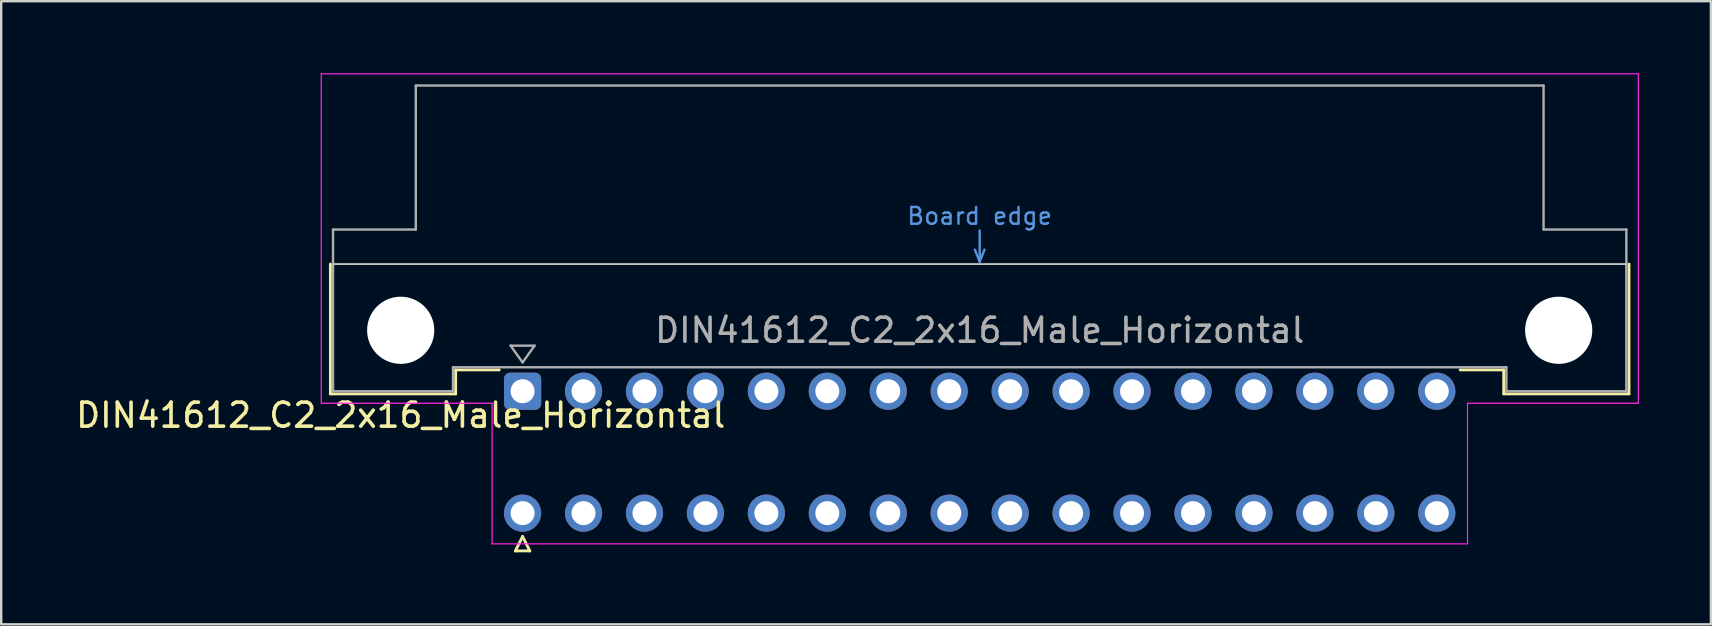
<source format=kicad_pcb>
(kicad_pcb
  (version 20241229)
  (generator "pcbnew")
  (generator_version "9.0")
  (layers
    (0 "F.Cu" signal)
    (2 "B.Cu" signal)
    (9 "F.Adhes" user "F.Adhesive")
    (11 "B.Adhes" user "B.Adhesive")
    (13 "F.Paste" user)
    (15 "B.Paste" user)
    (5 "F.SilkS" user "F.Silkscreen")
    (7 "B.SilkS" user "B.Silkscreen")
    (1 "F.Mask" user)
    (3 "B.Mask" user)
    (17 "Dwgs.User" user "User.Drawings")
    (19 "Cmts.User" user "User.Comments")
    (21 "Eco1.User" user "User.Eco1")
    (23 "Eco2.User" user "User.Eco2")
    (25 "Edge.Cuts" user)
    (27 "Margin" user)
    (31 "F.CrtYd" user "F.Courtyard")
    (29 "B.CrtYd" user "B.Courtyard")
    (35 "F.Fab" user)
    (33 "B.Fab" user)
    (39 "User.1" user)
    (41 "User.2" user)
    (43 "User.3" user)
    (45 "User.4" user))
  (footprint "DIN41612_C2_2x16_Male_Horizontal"
    (layer "F.Cu")
    (at 18.729 13.255)
    (property "Reference" "DIN41612_C2_2x16_Male_Horizontal" (at -5.08 1 0) (layer "F.SilkS") (effects (font (size 1 1) (thickness 0.15))))
    (attr through_hole)
    (fp_line (start -8.01 -5.3) (end -8.01 0.11) (stroke (width 0.12) (type solid)) (layer "F.SilkS"))
    (fp_line (start -8.01 0.11) (end -2.79 0.11) (stroke (width 0.12) (type solid)) (layer "F.SilkS"))
    (fp_line (start -2.79 -0.89) (end -0.975 -0.89) (stroke (width 0.12) (type solid)) (layer "F.SilkS"))
    (fp_line (start -2.79 0.11) (end -2.79 -0.89) (stroke (width 0.12) (type solid)) (layer "F.SilkS"))
    (fp_line (start -0.3 6.655) (end 0.3 6.655) (stroke (width 0.12) (type solid)) (layer "F.SilkS"))
    (fp_line (start 0 6.055) (end -0.3 6.655) (stroke (width 0.12) (type solid)) (layer "F.SilkS"))
    (fp_line (start 0.3 6.655) (end 0 6.055) (stroke (width 0.12) (type solid)) (layer "F.SilkS"))
    (fp_line (start 40.89 -0.89) (end 39.075 -0.89) (stroke (width 0.12) (type solid)) (layer "F.SilkS"))
    (fp_line (start 40.89 0.11) (end 40.89 -0.89) (stroke (width 0.12) (type solid)) (layer "F.SilkS"))
    (fp_line (start 46.11 -5.3) (end 46.11 0.11) (stroke (width 0.12) (type solid)) (layer "F.SilkS"))
    (fp_line (start 46.11 0.11) (end 40.89 0.11) (stroke (width 0.12) (type solid)) (layer "F.SilkS"))
    (fp_line (start -7.9 -5.3) (end 46 -5.3) (stroke (width 0.08) (type solid)) (layer "Dwgs.User"))
    (fp_line (start 18.85 -5.9) (end 19.05 -5.4) (stroke (width 0.1) (type solid)) (layer "Cmts.User"))
    (fp_line (start 19.05 -5.4) (end 19.05 -6.7) (stroke (width 0.1) (type solid)) (layer "Cmts.User"))
    (fp_line (start 19.05 -5.4) (end 19.25 -5.9) (stroke (width 0.1) (type solid)) (layer "Cmts.User"))
    (fp_line (start -8.39 -13.23) (end -8.39 0.5) (stroke (width 0.05) (type solid)) (layer "F.CrtYd"))
    (fp_line (start -8.39 0.5) (end -1.27 0.5) (stroke (width 0.05) (type solid)) (layer "F.CrtYd"))
    (fp_line (start -1.27 0.5) (end -1.27 6.36) (stroke (width 0.05) (type solid)) (layer "F.CrtYd"))
    (fp_line (start -1.27 6.36) (end 39.38 6.36) (stroke (width 0.05) (type solid)) (layer "F.CrtYd"))
    (fp_line (start 39.38 0.5) (end 46.5 0.5) (stroke (width 0.05) (type solid)) (layer "F.CrtYd"))
    (fp_line (start 39.38 6.36) (end 39.38 0.5) (stroke (width 0.05) (type solid)) (layer "F.CrtYd"))
    (fp_line (start 46.5 -13.23) (end -8.39 -13.23) (stroke (width 0.05) (type solid)) (layer "F.CrtYd"))
    (fp_line (start 46.5 0.5) (end 46.5 -13.23) (stroke (width 0.05) (type solid)) (layer "F.CrtYd"))
    (fp_line (start -7.9 -6.74) (end -7.9 0) (stroke (width 0.1) (type solid)) (layer "F.Fab"))
    (fp_line (start -7.9 0) (end -2.9 0) (stroke (width 0.1) (type solid)) (layer "F.Fab"))
    (fp_line (start -4.45 -12.74) (end -4.45 -6.74) (stroke (width 0.1) (type solid)) (layer "F.Fab"))
    (fp_line (start -4.45 -6.74) (end -7.9 -6.74) (stroke (width 0.1) (type solid)) (layer "F.Fab"))
    (fp_line (start -2.9 -1) (end 41 -1) (stroke (width 0.1) (type solid)) (layer "F.Fab"))
    (fp_line (start -2.9 0) (end -2.9 -1) (stroke (width 0.1) (type solid)) (layer "F.Fab"))
    (fp_line (start -0.5 -1.9) (end 0.5 -1.9) (stroke (width 0.1) (type solid)) (layer "F.Fab"))
    (fp_line (start 0 -1.2) (end -0.5 -1.9) (stroke (width 0.1) (type solid)) (layer "F.Fab"))
    (fp_line (start 0.5 -1.9) (end 0 -1.2) (stroke (width 0.1) (type solid)) (layer "F.Fab"))
    (fp_line (start 41 -1) (end 41 0) (stroke (width 0.1) (type solid)) (layer "F.Fab"))
    (fp_line (start 41 0) (end 46 0) (stroke (width 0.1) (type solid)) (layer "F.Fab"))
    (fp_line (start 42.55 -12.74) (end -4.45 -12.74) (stroke (width 0.1) (type solid)) (layer "F.Fab"))
    (fp_line (start 42.55 -6.74) (end 42.55 -12.74) (stroke (width 0.1) (type solid)) (layer "F.Fab"))
    (fp_line (start 46 -6.74) (end 42.55 -6.74) (stroke (width 0.1) (type solid)) (layer "F.Fab"))
    (fp_line (start 46 0) (end 46 -6.74) (stroke (width 0.1) (type solid)) (layer "F.Fab"))
    (fp_text user "Board edge" (at 19.05 -7.3 0) (layer "Cmts.User") (effects (font (size 0.7 0.7) (thickness 0.1))))
    (fp_text user "${REFERENCE}" (at 19.05 -2.54 0) (layer "F.Fab") (effects (font (size 1 1) (thickness 0.15))))
    (pad "" np_thru_hole circle (at -5.08 -2.54) (size 2.8 2.8) (drill 2.8) (layers "*.Cu" "*.Mask"))
    (pad "" np_thru_hole circle (at 43.18 -2.54) (size 2.8 2.8) (drill 2.8) (layers "*.Cu" "*.Mask"))
    (pad "a1" thru_hole roundrect (at 0 0) (size 1.55 1.55) (drill 1) (layers "*.Cu" "*.Mask") (roundrect_rratio 0.161))
    (pad "a2" thru_hole circle (at 2.54 0) (size 1.55 1.55) (drill 1) (layers "*.Cu" "*.Mask"))
    (pad "a3" thru_hole circle (at 5.08 0) (size 1.55 1.55) (drill 1) (layers "*.Cu" "*.Mask"))
    (pad "a4" thru_hole circle (at 7.62 0) (size 1.55 1.55) (drill 1) (layers "*.Cu" "*.Mask"))
    (pad "a5" thru_hole circle (at 10.16 0) (size 1.55 1.55) (drill 1) (layers "*.Cu" "*.Mask"))
    (pad "a6" thru_hole circle (at 12.7 0) (size 1.55 1.55) (drill 1) (layers "*.Cu" "*.Mask"))
    (pad "a7" thru_hole circle (at 15.24 0) (size 1.55 1.55) (drill 1) (layers "*.Cu" "*.Mask"))
    (pad "a8" thru_hole circle (at 17.78 0) (size 1.55 1.55) (drill 1) (layers "*.Cu" "*.Mask"))
    (pad "a9" thru_hole circle (at 20.32 0) (size 1.55 1.55) (drill 1) (layers "*.Cu" "*.Mask"))
    (pad "a10" thru_hole circle (at 22.86 0) (size 1.55 1.55) (drill 1) (layers "*.Cu" "*.Mask"))
    (pad "a11" thru_hole circle (at 25.4 0) (size 1.55 1.55) (drill 1) (layers "*.Cu" "*.Mask"))
    (pad "a12" thru_hole circle (at 27.94 0) (size 1.55 1.55) (drill 1) (layers "*.Cu" "*.Mask"))
    (pad "a13" thru_hole circle (at 30.48 0) (size 1.55 1.55) (drill 1) (layers "*.Cu" "*.Mask"))
    (pad "a14" thru_hole circle (at 33.02 0) (size 1.55 1.55) (drill 1) (layers "*.Cu" "*.Mask"))
    (pad "a15" thru_hole circle (at 35.56 0) (size 1.55 1.55) (drill 1) (layers "*.Cu" "*.Mask"))
    (pad "a16" thru_hole circle (at 38.1 0) (size 1.55 1.55) (drill 1) (layers "*.Cu" "*.Mask"))
    (pad "c1" thru_hole circle (at 0 5.08) (size 1.55 1.55) (drill 1) (layers "*.Cu" "*.Mask"))
    (pad "c2" thru_hole circle (at 2.54 5.08) (size 1.55 1.55) (drill 1) (layers "*.Cu" "*.Mask"))
    (pad "c3" thru_hole circle (at 5.08 5.08) (size 1.55 1.55) (drill 1) (layers "*.Cu" "*.Mask"))
    (pad "c4" thru_hole circle (at 7.62 5.08) (size 1.55 1.55) (drill 1) (layers "*.Cu" "*.Mask"))
    (pad "c5" thru_hole circle (at 10.16 5.08) (size 1.55 1.55) (drill 1) (layers "*.Cu" "*.Mask"))
    (pad "c6" thru_hole circle (at 12.7 5.08) (size 1.55 1.55) (drill 1) (layers "*.Cu" "*.Mask"))
    (pad "c7" thru_hole circle (at 15.24 5.08) (size 1.55 1.55) (drill 1) (layers "*.Cu" "*.Mask"))
    (pad "c8" thru_hole circle (at 17.78 5.08) (size 1.55 1.55) (drill 1) (layers "*.Cu" "*.Mask"))
    (pad "c9" thru_hole circle (at 20.32 5.08) (size 1.55 1.55) (drill 1) (layers "*.Cu" "*.Mask"))
    (pad "c10" thru_hole circle (at 22.86 5.08) (size 1.55 1.55) (drill 1) (layers "*.Cu" "*.Mask"))
    (pad "c11" thru_hole circle (at 25.4 5.08) (size 1.55 1.55) (drill 1) (layers "*.Cu" "*.Mask"))
    (pad "c12" thru_hole circle (at 27.94 5.08) (size 1.55 1.55) (drill 1) (layers "*.Cu" "*.Mask"))
    (pad "c13" thru_hole circle (at 30.48 5.08) (size 1.55 1.55) (drill 1) (layers "*.Cu" "*.Mask"))
    (pad "c14" thru_hole circle (at 33.02 5.08) (size 1.55 1.55) (drill 1) (layers "*.Cu" "*.Mask"))
    (pad "c15" thru_hole circle (at 35.56 5.08) (size 1.55 1.55) (drill 1) (layers "*.Cu" "*.Mask"))
    (pad "c16" thru_hole circle (at 38.1 5.08) (size 1.55 1.55) (drill 1) (layers "*.Cu" "*.Mask")))
  (gr_rect
    (start -3 -3)
    (end 68.254 22.97)
    (stroke (width 0.1) (type default))
    (fill no)
    (layer "Edge.Cuts")))
</source>
